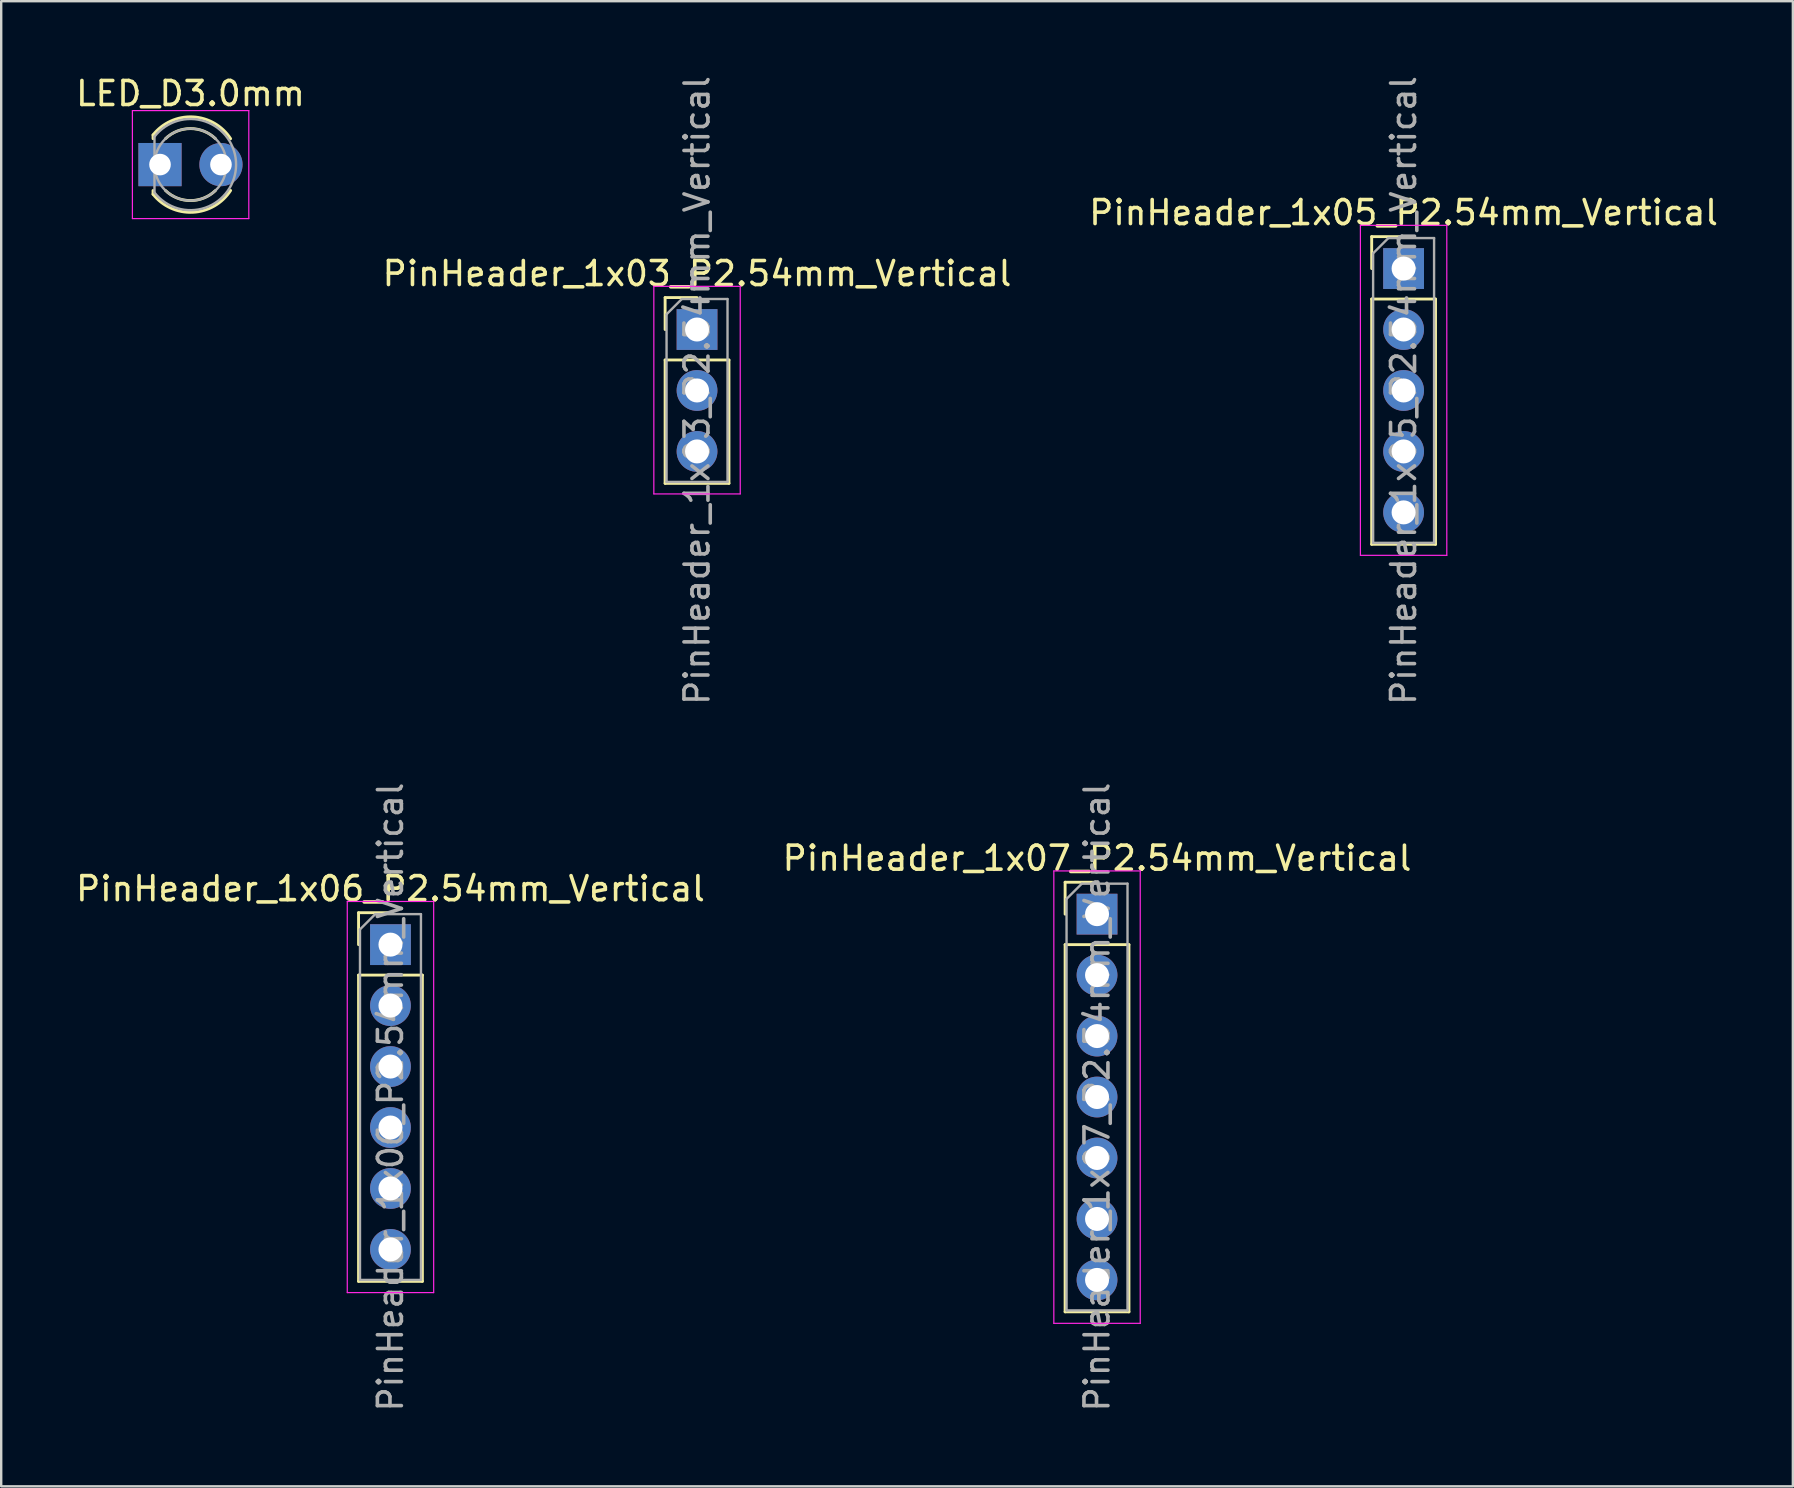
<source format=kicad_pcb>
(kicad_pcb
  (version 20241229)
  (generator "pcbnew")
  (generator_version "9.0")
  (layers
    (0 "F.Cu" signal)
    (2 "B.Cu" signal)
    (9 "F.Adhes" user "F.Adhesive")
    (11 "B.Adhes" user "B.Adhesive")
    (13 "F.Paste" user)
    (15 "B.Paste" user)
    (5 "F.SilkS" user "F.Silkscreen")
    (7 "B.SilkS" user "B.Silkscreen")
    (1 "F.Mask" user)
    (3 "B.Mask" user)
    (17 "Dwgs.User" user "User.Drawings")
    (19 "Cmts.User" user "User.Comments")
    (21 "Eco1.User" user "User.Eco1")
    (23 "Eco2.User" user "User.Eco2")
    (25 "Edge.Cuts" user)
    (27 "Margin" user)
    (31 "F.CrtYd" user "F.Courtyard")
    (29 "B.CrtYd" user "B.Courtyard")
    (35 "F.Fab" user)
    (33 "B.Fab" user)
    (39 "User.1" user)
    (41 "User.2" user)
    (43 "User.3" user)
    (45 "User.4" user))
  (footprint "PinHeader_1x05_P2.54mm_Vertical"
    (layer "F.Cu")
    (at 55.435 8.14)
    (property "Reference" "PinHeader_1x05_P2.54mm_Vertical" (at 0 -2.33 0) (layer "F.SilkS") (effects (font (size 1 1) (thickness 0.15))))
    (attr smd)
    (fp_line (start -1.33 -1.33) (end 0 -1.33) (stroke (width 0.12) (type solid)) (layer "F.SilkS"))
    (fp_line (start -1.33 0) (end -1.33 -1.33) (stroke (width 0.12) (type solid)) (layer "F.SilkS"))
    (fp_line (start -1.33 1.27) (end -1.33 11.49) (stroke (width 0.12) (type solid)) (layer "F.SilkS"))
    (fp_line (start -1.33 1.27) (end 1.33 1.27) (stroke (width 0.12) (type solid)) (layer "F.SilkS"))
    (fp_line (start -1.33 11.49) (end 1.33 11.49) (stroke (width 0.12) (type solid)) (layer "F.SilkS"))
    (fp_line (start 1.33 1.27) (end 1.33 11.49) (stroke (width 0.12) (type solid)) (layer "F.SilkS"))
    (fp_line (start -1.8 -1.8) (end -1.8 11.95) (stroke (width 0.05) (type solid)) (layer "F.CrtYd"))
    (fp_line (start -1.8 11.95) (end 1.8 11.95) (stroke (width 0.05) (type solid)) (layer "F.CrtYd"))
    (fp_line (start 1.8 -1.8) (end -1.8 -1.8) (stroke (width 0.05) (type solid)) (layer "F.CrtYd"))
    (fp_line (start 1.8 11.95) (end 1.8 -1.8) (stroke (width 0.05) (type solid)) (layer "F.CrtYd"))
    (fp_line (start -1.27 -0.635) (end -0.635 -1.27) (stroke (width 0.1) (type solid)) (layer "F.Fab"))
    (fp_line (start -1.27 11.43) (end -1.27 -0.635) (stroke (width 0.1) (type solid)) (layer "F.Fab"))
    (fp_line (start -0.635 -1.27) (end 1.27 -1.27) (stroke (width 0.1) (type solid)) (layer "F.Fab"))
    (fp_line (start 1.27 -1.27) (end 1.27 11.43) (stroke (width 0.1) (type solid)) (layer "F.Fab"))
    (fp_line (start 1.27 11.43) (end -1.27 11.43) (stroke (width 0.1) (type solid)) (layer "F.Fab"))
    (fp_text user "${REFERENCE}" (at 0 5.08 90) (layer "F.Fab") (effects (font (size 1 1) (thickness 0.15))))
    (pad "1" thru_hole rect (at 0 0) (size 1.7 1.7) (drill 1) (layers "*.Cu" "*.Mask"))
    (pad "2" thru_hole oval (at 0 2.54) (size 1.7 1.7) (drill 1) (layers "*.Cu" "*.Mask"))
    (pad "3" thru_hole oval (at 0 5.08) (size 1.7 1.7) (drill 1) (layers "*.Cu" "*.Mask"))
    (pad "4" thru_hole oval (at 0 7.62) (size 1.7 1.7) (drill 1) (layers "*.Cu" "*.Mask"))
    (pad "5" thru_hole oval (at 0 10.16) (size 1.7 1.7) (drill 1) (layers "*.Cu" "*.Mask")))
  (footprint "PinHeader_1x07_P2.54mm_Vertical"
    (layer "F.Cu")
    (at 42.661 35.041)
    (property "Reference" "PinHeader_1x07_P2.54mm_Vertical" (at 0 -2.33 0) (layer "F.SilkS") (effects (font (size 1 1) (thickness 0.15))))
    (attr smd)
    (fp_line (start -1.33 -1.33) (end 0 -1.33) (stroke (width 0.12) (type solid)) (layer "F.SilkS"))
    (fp_line (start -1.33 0) (end -1.33 -1.33) (stroke (width 0.12) (type solid)) (layer "F.SilkS"))
    (fp_line (start -1.33 1.27) (end -1.33 16.57) (stroke (width 0.12) (type solid)) (layer "F.SilkS"))
    (fp_line (start -1.33 1.27) (end 1.33 1.27) (stroke (width 0.12) (type solid)) (layer "F.SilkS"))
    (fp_line (start -1.33 16.57) (end 1.33 16.57) (stroke (width 0.12) (type solid)) (layer "F.SilkS"))
    (fp_line (start 1.33 1.27) (end 1.33 16.57) (stroke (width 0.12) (type solid)) (layer "F.SilkS"))
    (fp_line (start -1.8 -1.8) (end -1.8 17.05) (stroke (width 0.05) (type solid)) (layer "F.CrtYd"))
    (fp_line (start -1.8 17.05) (end 1.8 17.05) (stroke (width 0.05) (type solid)) (layer "F.CrtYd"))
    (fp_line (start 1.8 -1.8) (end -1.8 -1.8) (stroke (width 0.05) (type solid)) (layer "F.CrtYd"))
    (fp_line (start 1.8 17.05) (end 1.8 -1.8) (stroke (width 0.05) (type solid)) (layer "F.CrtYd"))
    (fp_line (start -1.27 -0.635) (end -0.635 -1.27) (stroke (width 0.1) (type solid)) (layer "F.Fab"))
    (fp_line (start -1.27 16.51) (end -1.27 -0.635) (stroke (width 0.1) (type solid)) (layer "F.Fab"))
    (fp_line (start -0.635 -1.27) (end 1.27 -1.27) (stroke (width 0.1) (type solid)) (layer "F.Fab"))
    (fp_line (start 1.27 -1.27) (end 1.27 16.51) (stroke (width 0.1) (type solid)) (layer "F.Fab"))
    (fp_line (start 1.27 16.51) (end -1.27 16.51) (stroke (width 0.1) (type solid)) (layer "F.Fab"))
    (fp_text user "${REFERENCE}" (at 0 7.62 90) (layer "F.Fab") (effects (font (size 1 1) (thickness 0.15))))
    (pad "1" thru_hole rect (at 0 0) (size 1.7 1.7) (drill 1) (layers "*.Cu" "*.Mask"))
    (pad "2" thru_hole oval (at 0 2.54) (size 1.7 1.7) (drill 1) (layers "*.Cu" "*.Mask"))
    (pad "3" thru_hole oval (at 0 5.08) (size 1.7 1.7) (drill 1) (layers "*.Cu" "*.Mask"))
    (pad "4" thru_hole oval (at 0 7.62) (size 1.7 1.7) (drill 1) (layers "*.Cu" "*.Mask"))
    (pad "5" thru_hole oval (at 0 10.16) (size 1.7 1.7) (drill 1) (layers "*.Cu" "*.Mask"))
    (pad "6" thru_hole oval (at 0 12.7) (size 1.7 1.7) (drill 1) (layers "*.Cu" "*.Mask"))
    (pad "7" thru_hole oval (at 0 15.24) (size 1.7 1.7) (drill 1) (layers "*.Cu" "*.Mask")))
  (footprint "PinHeader_1x06_P2.54mm_Vertical"
    (layer "F.Cu")
    (at 13.22 36.311)
    (property "Reference" "PinHeader_1x06_P2.54mm_Vertical" (at 0 -2.33 0) (layer "F.SilkS") (effects (font (size 1 1) (thickness 0.15))))
    (attr smd)
    (fp_line (start -1.33 -1.33) (end 0 -1.33) (stroke (width 0.12) (type solid)) (layer "F.SilkS"))
    (fp_line (start -1.33 0) (end -1.33 -1.33) (stroke (width 0.12) (type solid)) (layer "F.SilkS"))
    (fp_line (start -1.33 1.27) (end -1.33 14.03) (stroke (width 0.12) (type solid)) (layer "F.SilkS"))
    (fp_line (start -1.33 1.27) (end 1.33 1.27) (stroke (width 0.12) (type solid)) (layer "F.SilkS"))
    (fp_line (start -1.33 14.03) (end 1.33 14.03) (stroke (width 0.12) (type solid)) (layer "F.SilkS"))
    (fp_line (start 1.33 1.27) (end 1.33 14.03) (stroke (width 0.12) (type solid)) (layer "F.SilkS"))
    (fp_line (start -1.8 -1.8) (end -1.8 14.5) (stroke (width 0.05) (type solid)) (layer "F.CrtYd"))
    (fp_line (start -1.8 14.5) (end 1.8 14.5) (stroke (width 0.05) (type solid)) (layer "F.CrtYd"))
    (fp_line (start 1.8 -1.8) (end -1.8 -1.8) (stroke (width 0.05) (type solid)) (layer "F.CrtYd"))
    (fp_line (start 1.8 14.5) (end 1.8 -1.8) (stroke (width 0.05) (type solid)) (layer "F.CrtYd"))
    (fp_line (start -1.27 -0.635) (end -0.635 -1.27) (stroke (width 0.1) (type solid)) (layer "F.Fab"))
    (fp_line (start -1.27 13.97) (end -1.27 -0.635) (stroke (width 0.1) (type solid)) (layer "F.Fab"))
    (fp_line (start -0.635 -1.27) (end 1.27 -1.27) (stroke (width 0.1) (type solid)) (layer "F.Fab"))
    (fp_line (start 1.27 -1.27) (end 1.27 13.97) (stroke (width 0.1) (type solid)) (layer "F.Fab"))
    (fp_line (start 1.27 13.97) (end -1.27 13.97) (stroke (width 0.1) (type solid)) (layer "F.Fab"))
    (fp_text user "${REFERENCE}" (at 0 6.35 90) (layer "F.Fab") (effects (font (size 1 1) (thickness 0.15))))
    (pad "1" thru_hole rect (at 0 0) (size 1.7 1.7) (drill 1) (layers "*.Cu" "*.Mask"))
    (pad "2" thru_hole oval (at 0 2.54) (size 1.7 1.7) (drill 1) (layers "*.Cu" "*.Mask"))
    (pad "3" thru_hole oval (at 0 5.08) (size 1.7 1.7) (drill 1) (layers "*.Cu" "*.Mask"))
    (pad "4" thru_hole oval (at 0 7.62) (size 1.7 1.7) (drill 1) (layers "*.Cu" "*.Mask"))
    (pad "5" thru_hole oval (at 0 10.16) (size 1.7 1.7) (drill 1) (layers "*.Cu" "*.Mask"))
    (pad "6" thru_hole oval (at 0 12.7) (size 1.7 1.7) (drill 1) (layers "*.Cu" "*.Mask")))
  (footprint "LED_D3.0mm"
    (layer "F.Cu")
    (at 3.617 3.808)
    (property "Reference" "LED_D3.0mm" (at 1.27 -2.96 0) (layer "F.SilkS") (effects (font (size 1 1) (thickness 0.15))))
    (attr smd)
    (fp_line (start -0.29 -1.236) (end -0.29 -1.08) (stroke (width 0.12) (type solid)) (layer "F.SilkS"))
    (fp_line (start -0.29 1.08) (end -0.29 1.236) (stroke (width 0.12) (type solid)) (layer "F.SilkS"))
    (fp_arc (start -0.29 -1.235516) (mid 1.366487 -1.987659) (end 2.942335 -1.078608) (stroke (width 0.12) (type solid)) (layer "F.SilkS"))
    (fp_arc (start 0.229039 -1.08) (mid 1.270117 -1.5) (end 2.31113 -1.079837) (stroke (width 0.12) (type solid)) (layer "F.SilkS"))
    (fp_arc (start 2.31113 1.079837) (mid 1.270117 1.5) (end 0.229039 1.08) (stroke (width 0.12) (type solid)) (layer "F.SilkS"))
    (fp_arc (start 2.942335 1.078608) (mid 1.366487 1.987659) (end -0.29 1.235516) (stroke (width 0.12) (type solid)) (layer "F.SilkS"))
    (fp_line (start -1.15 -2.25) (end -1.15 2.25) (stroke (width 0.05) (type solid)) (layer "F.CrtYd"))
    (fp_line (start -1.15 2.25) (end 3.7 2.25) (stroke (width 0.05) (type solid)) (layer "F.CrtYd"))
    (fp_line (start 3.7 -2.25) (end -1.15 -2.25) (stroke (width 0.05) (type solid)) (layer "F.CrtYd"))
    (fp_line (start 3.7 2.25) (end 3.7 -2.25) (stroke (width 0.05) (type solid)) (layer "F.CrtYd"))
    (fp_line (start -0.23 -1.166) (end -0.23 1.166) (stroke (width 0.1) (type solid)) (layer "F.Fab"))
    (fp_arc (start -0.23 -1.16619) (mid 3.17 0.000452) (end -0.230555 1.165476) (stroke (width 0.1) (type solid)) (layer "F.Fab"))
    (fp_circle (center 1.27 0) (end 2.77 0) (stroke (width 0.1) (type solid)) (fill no) (layer "F.Fab"))
    (pad "1" thru_hole rect (at 0 0) (size 1.8 1.8) (drill 0.9) (layers "*.Cu" "*.Mask"))
    (pad "2" thru_hole circle (at 2.54 0) (size 1.8 1.8) (drill 0.9) (layers "*.Cu" "*.Mask")))
  (footprint "PinHeader_1x03_P2.54mm_Vertical"
    (layer "F.Cu")
    (at 25.994 10.68)
    (property "Reference" "PinHeader_1x03_P2.54mm_Vertical" (at 0 -2.33 0) (layer "F.SilkS") (effects (font (size 1 1) (thickness 0.15))))
    (attr smd)
    (fp_line (start -1.33 -1.33) (end 0 -1.33) (stroke (width 0.12) (type solid)) (layer "F.SilkS"))
    (fp_line (start -1.33 0) (end -1.33 -1.33) (stroke (width 0.12) (type solid)) (layer "F.SilkS"))
    (fp_line (start -1.33 1.27) (end -1.33 6.41) (stroke (width 0.12) (type solid)) (layer "F.SilkS"))
    (fp_line (start -1.33 1.27) (end 1.33 1.27) (stroke (width 0.12) (type solid)) (layer "F.SilkS"))
    (fp_line (start -1.33 6.41) (end 1.33 6.41) (stroke (width 0.12) (type solid)) (layer "F.SilkS"))
    (fp_line (start 1.33 1.27) (end 1.33 6.41) (stroke (width 0.12) (type solid)) (layer "F.SilkS"))
    (fp_line (start -1.8 -1.8) (end -1.8 6.85) (stroke (width 0.05) (type solid)) (layer "F.CrtYd"))
    (fp_line (start -1.8 6.85) (end 1.8 6.85) (stroke (width 0.05) (type solid)) (layer "F.CrtYd"))
    (fp_line (start 1.8 -1.8) (end -1.8 -1.8) (stroke (width 0.05) (type solid)) (layer "F.CrtYd"))
    (fp_line (start 1.8 6.85) (end 1.8 -1.8) (stroke (width 0.05) (type solid)) (layer "F.CrtYd"))
    (fp_line (start -1.27 -0.635) (end -0.635 -1.27) (stroke (width 0.1) (type solid)) (layer "F.Fab"))
    (fp_line (start -1.27 6.35) (end -1.27 -0.635) (stroke (width 0.1) (type solid)) (layer "F.Fab"))
    (fp_line (start -0.635 -1.27) (end 1.27 -1.27) (stroke (width 0.1) (type solid)) (layer "F.Fab"))
    (fp_line (start 1.27 -1.27) (end 1.27 6.35) (stroke (width 0.1) (type solid)) (layer "F.Fab"))
    (fp_line (start 1.27 6.35) (end -1.27 6.35) (stroke (width 0.1) (type solid)) (layer "F.Fab"))
    (fp_text user "${REFERENCE}" (at 0 2.54 90) (layer "F.Fab") (effects (font (size 1 1) (thickness 0.15))))
    (pad "1" thru_hole rect (at 0 0) (size 1.7 1.7) (drill 1) (layers "*.Cu" "*.Mask"))
    (pad "2" thru_hole oval (at 0 2.54) (size 1.7 1.7) (drill 1) (layers "*.Cu" "*.Mask"))
    (pad "3" thru_hole oval (at 0 5.08) (size 1.7 1.7) (drill 1) (layers "*.Cu" "*.Mask")))
  (gr_rect
    (start -3 -3)
    (end 71.655 58.881)
    (stroke (width 0.1) (type default))
    (fill no)
    (layer "Edge.Cuts")))
</source>
